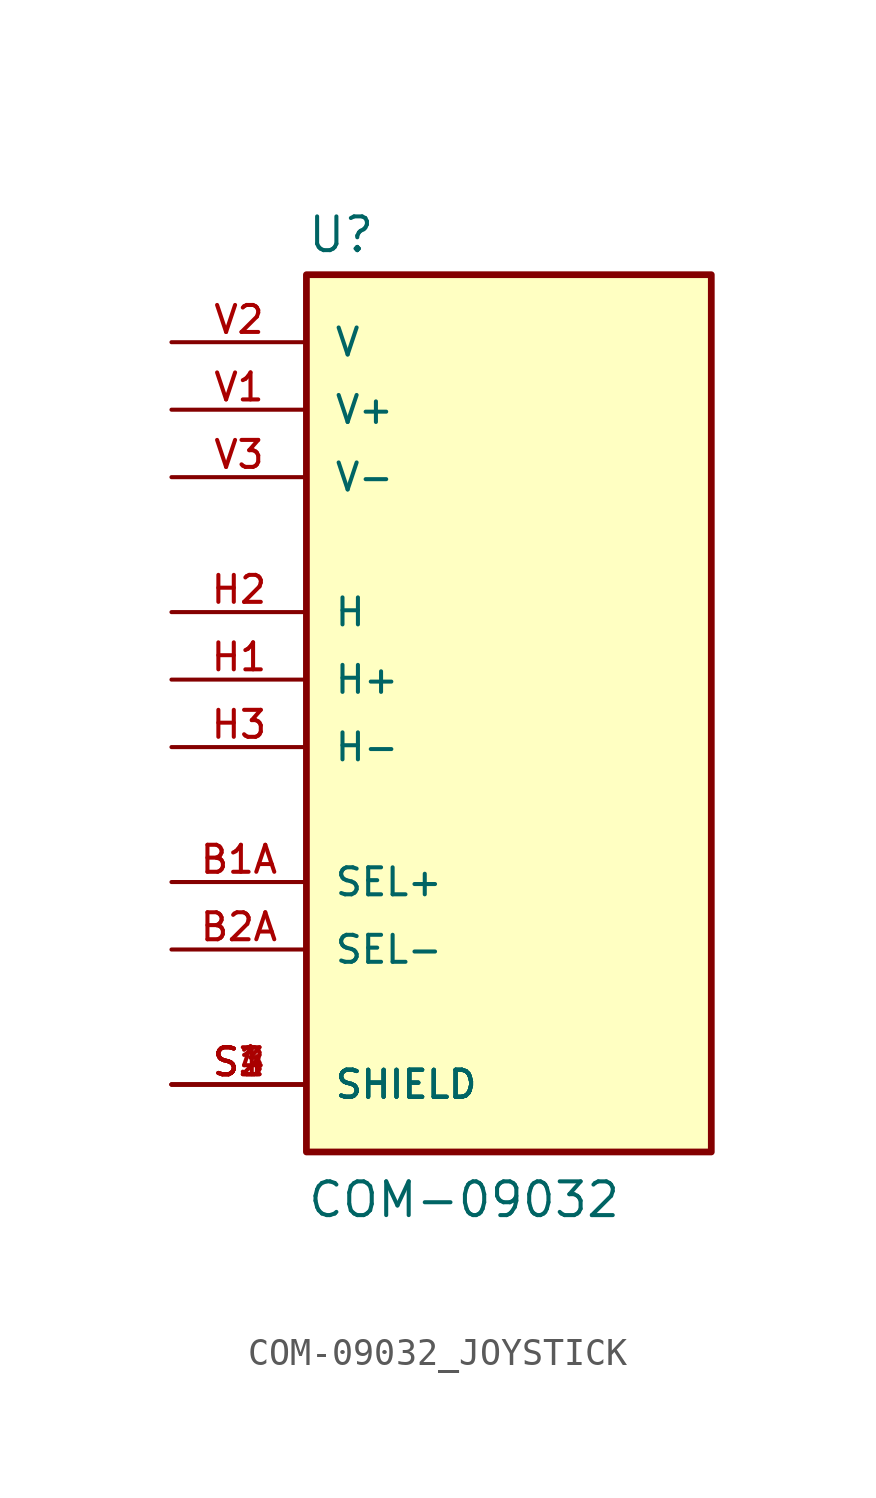
<source format=kicad_sym>
(kicad_symbol_lib
  (version 20231120)
  (generator "kicad_symbol_editor")
  (generator_version "8.0")
  (symbol "COM-09032_JOYSTICK"
    (pin_names
      (offset 1.016))
    (property "Reference" "U"
      (at -7.62 16.002 0)
      (effects (font (size 1.27 1.27)) (justify left bottom)))
    (property "Value" "COM-09032"
      (at -7.62 -20.32 0)
      (effects (font (size 1.27 1.27)) (justify left bottom)))
    (symbol "COM-09032_JOYSTICK_0_0"
      (rectangle (start -7.62 -17.78) (end 7.62 15.24) (stroke (width 0.254) (type default)) (fill (type background)))
      (pin passive line (at -12.7 -7.62 0) (length 5.08) (name "SEL+" (effects (font (size 1.016 1.016)))) (number "B1A" (effects (font (size 1.016 1.016)))))
      (pin passive line (at -12.7 -10.16 0) (length 5.08) (name "SEL-" (effects (font (size 1.016 1.016)))) (number "B2A" (effects (font (size 1.016 1.016)))))
      (pin passive line (at -12.7 0 0) (length 5.08) (name "H+" (effects (font (size 1.016 1.016)))) (number "H1" (effects (font (size 1.016 1.016)))))
      (pin passive line (at -12.7 2.54 0) (length 5.08) (name "H" (effects (font (size 1.016 1.016)))) (number "H2" (effects (font (size 1.016 1.016)))))
      (pin passive line (at -12.7 -2.54 0) (length 5.08) (name "H-" (effects (font (size 1.016 1.016)))) (number "H3" (effects (font (size 1.016 1.016)))))
      (pin passive line (at -12.7 -15.24 0) (length 5.08) (name "SHIELD" (effects (font (size 1.016 1.016)))) (number "S1" (effects (font (size 1.016 1.016)))))
      (pin passive line (at -12.7 -15.24 0) (length 5.08) (name "SHIELD" (effects (font (size 1.016 1.016)))) (number "S2" (effects (font (size 1.016 1.016)))))
      (pin passive line (at -12.7 -15.24 0) (length 5.08) (name "SHIELD" (effects (font (size 1.016 1.016)))) (number "S3" (effects (font (size 1.016 1.016)))))
      (pin passive line (at -12.7 -15.24 0) (length 5.08) (name "SHIELD" (effects (font (size 1.016 1.016)))) (number "S4" (effects (font (size 1.016 1.016)))))
      (pin passive line (at -12.7 10.16 0) (length 5.08) (name "V+" (effects (font (size 1.016 1.016)))) (number "V1" (effects (font (size 1.016 1.016)))))
      (pin passive line (at -12.7 12.7 0) (length 5.08) (name "V" (effects (font (size 1.016 1.016)))) (number "V2" (effects (font (size 1.016 1.016)))))
      (pin passive line (at -12.7 7.62 0) (length 5.08) (name "V-" (effects (font (size 1.016 1.016)))) (number "V3" (effects (font (size 1.016 1.016))))))))
</source>
